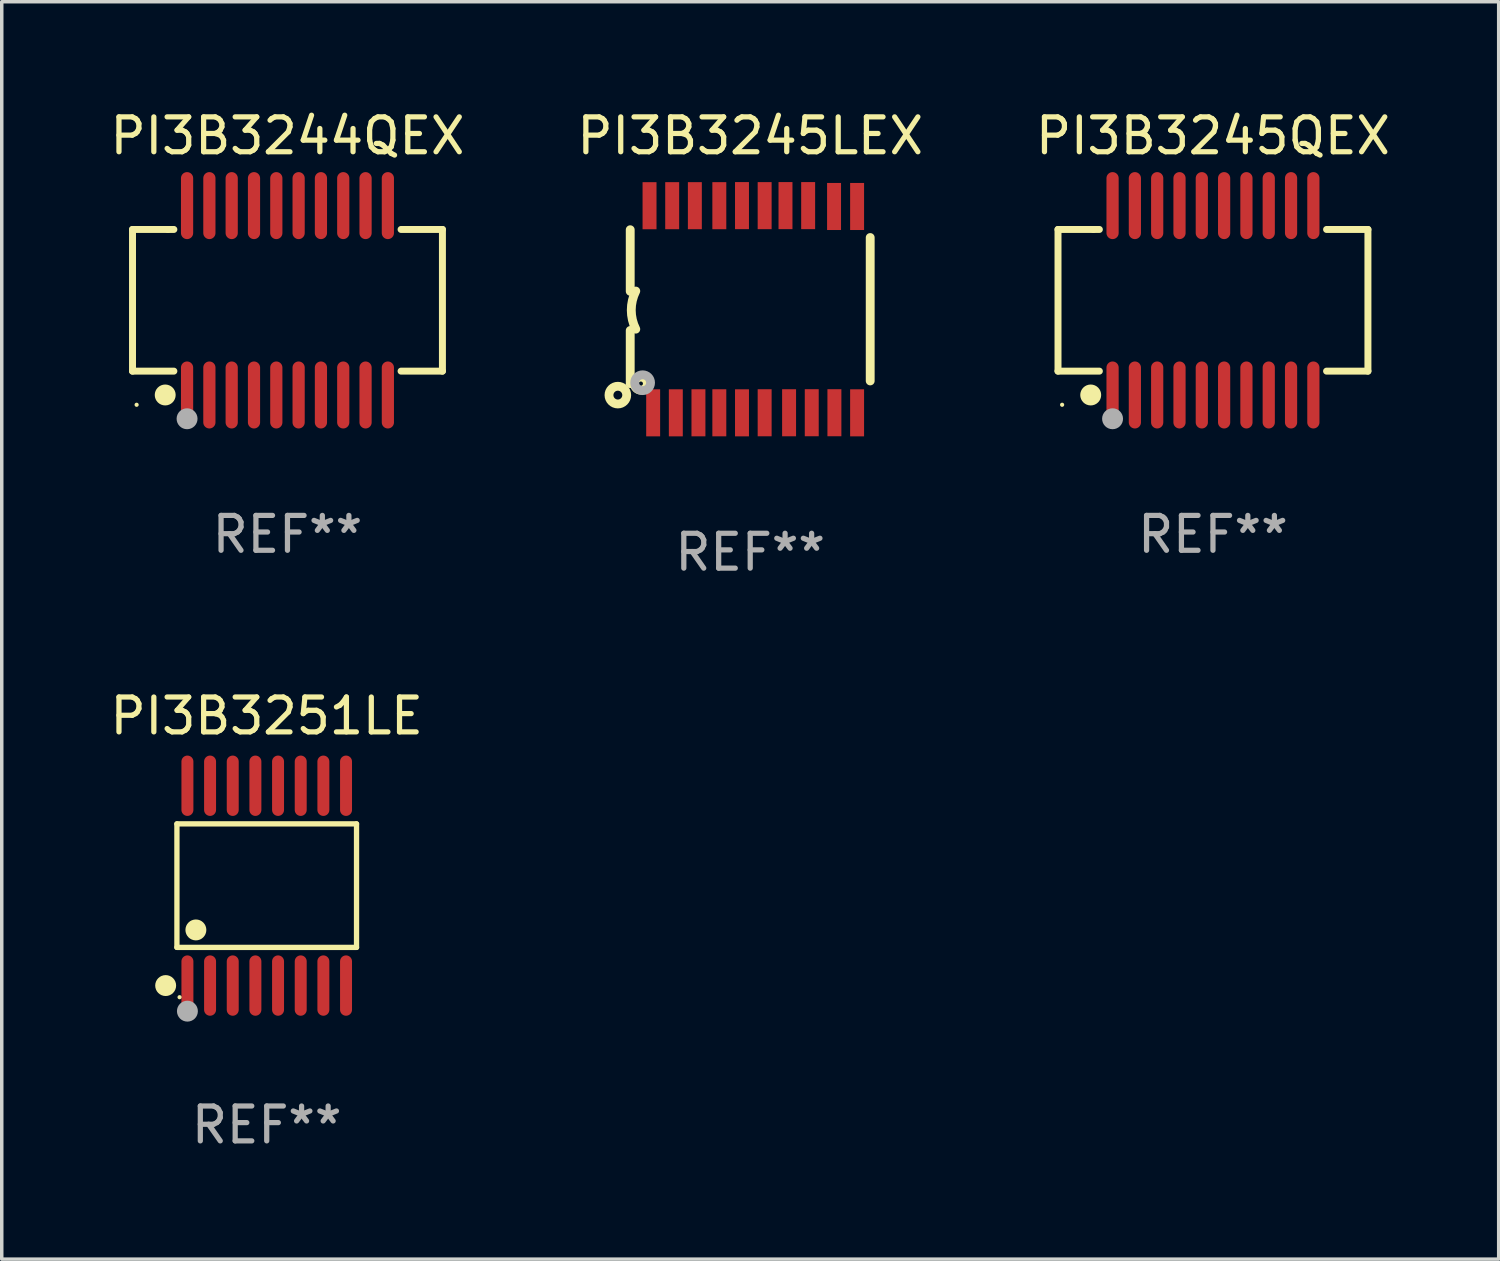
<source format=kicad_pcb>
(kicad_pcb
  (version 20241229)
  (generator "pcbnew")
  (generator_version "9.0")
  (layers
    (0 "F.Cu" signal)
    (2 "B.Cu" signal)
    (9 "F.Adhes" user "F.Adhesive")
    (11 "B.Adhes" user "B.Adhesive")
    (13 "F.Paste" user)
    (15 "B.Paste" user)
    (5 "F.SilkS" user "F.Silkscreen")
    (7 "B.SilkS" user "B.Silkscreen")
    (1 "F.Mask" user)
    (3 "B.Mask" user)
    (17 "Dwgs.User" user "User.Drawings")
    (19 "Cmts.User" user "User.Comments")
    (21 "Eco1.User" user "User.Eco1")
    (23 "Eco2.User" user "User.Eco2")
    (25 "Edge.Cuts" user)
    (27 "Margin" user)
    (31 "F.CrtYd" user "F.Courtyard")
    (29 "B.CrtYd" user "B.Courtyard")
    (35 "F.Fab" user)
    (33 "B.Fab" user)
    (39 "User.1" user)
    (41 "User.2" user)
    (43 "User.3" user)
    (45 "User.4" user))
  (footprint "PI3B3251LE"
    (layer "F.Cu")
    (at 4.601 22.355)
    (property "Reference" "PI3B3251LE" (at 0 -4.866 0) (layer "F.SilkS") (effects (font (size 1 1) (thickness 0.15))))
    (attr through_hole)
    (fp_line (start -2.576 -1.772) (end 2.576 -1.772) (stroke (width 0.152) (type solid)) (layer "F.SilkS"))
    (fp_line (start -2.576 1.771) (end -2.576 -1.772) (stroke (width 0.152) (type solid)) (layer "F.SilkS"))
    (fp_line (start 2.576 -1.772) (end 2.576 1.771) (stroke (width 0.152) (type solid)) (layer "F.SilkS"))
    (fp_line (start 2.576 1.771) (end -2.576 1.771) (stroke (width 0.152) (type solid)) (layer "F.SilkS"))
    (fp_circle (center -2.899 2.866) (end -2.749 2.866) (stroke (width 0.3) (type solid)) (fill no) (layer "F.SilkS"))
    (fp_circle (center -2.5 3.2) (end -2.47 3.2) (stroke (width 0.06) (type solid)) (fill no) (layer "F.SilkS"))
    (fp_circle (center -2.032 1.27) (end -1.882 1.27) (stroke (width 0.3) (type solid)) (fill no) (layer "F.SilkS"))
    (fp_circle (center -2.275 3.6) (end -2.125 3.6) (stroke (width 0.3) (type solid)) (fill no) (layer "F.Fab"))
    (fp_text user "REF**" (at 0 6.866 0) (layer "F.Fab") (effects (font (size 1 1) (thickness 0.15))))
    (pad "1" smd oval (at -2.275 2.866) (size 0.343 1.731) (layers "F.Cu" "F.Mask" "F.Paste"))
    (pad "2" smd oval (at -1.625 2.866) (size 0.343 1.731) (layers "F.Cu" "F.Mask" "F.Paste"))
    (pad "3" smd oval (at -0.975 2.866) (size 0.343 1.731) (layers "F.Cu" "F.Mask" "F.Paste"))
    (pad "4" smd oval (at -0.325 2.866) (size 0.343 1.731) (layers "F.Cu" "F.Mask" "F.Paste"))
    (pad "5" smd oval (at 0.325 2.866) (size 0.343 1.731) (layers "F.Cu" "F.Mask" "F.Paste"))
    (pad "6" smd oval (at 0.975 2.866) (size 0.343 1.731) (layers "F.Cu" "F.Mask" "F.Paste"))
    (pad "7" smd oval (at 1.625 2.866) (size 0.343 1.731) (layers "F.Cu" "F.Mask" "F.Paste"))
    (pad "8" smd oval (at 2.275 2.866) (size 0.343 1.731) (layers "F.Cu" "F.Mask" "F.Paste"))
    (pad "9" smd oval (at 2.275 -2.866) (size 0.343 1.731) (layers "F.Cu" "F.Mask" "F.Paste"))
    (pad "10" smd oval (at 1.625 -2.866) (size 0.343 1.731) (layers "F.Cu" "F.Mask" "F.Paste"))
    (pad "11" smd oval (at 0.975 -2.866) (size 0.343 1.731) (layers "F.Cu" "F.Mask" "F.Paste"))
    (pad "12" smd oval (at 0.325 -2.866) (size 0.343 1.731) (layers "F.Cu" "F.Mask" "F.Paste"))
    (pad "13" smd oval (at -0.325 -2.866) (size 0.343 1.731) (layers "F.Cu" "F.Mask" "F.Paste"))
    (pad "14" smd oval (at -0.975 -2.866) (size 0.343 1.731) (layers "F.Cu" "F.Mask" "F.Paste"))
    (pad "15" smd oval (at -1.625 -2.866) (size 0.343 1.731) (layers "F.Cu" "F.Mask" "F.Paste"))
    (pad "16" smd oval (at -2.275 -2.866) (size 0.343 1.731) (layers "F.Cu" "F.Mask" "F.Paste")))
  (footprint "PI3B3245QEX"
    (layer "F.Cu")
    (at 31.744 5.564)
    (property "Reference" "PI3B3245QEX" (at 0 -4.716 0) (layer "F.SilkS") (effects (font (size 1 1) (thickness 0.15))))
    (attr through_hole)
    (fp_line (start -4.445 -2.032) (end -4.445 2.032) (stroke (width 0.2) (type solid)) (layer "F.SilkS"))
    (fp_line (start -4.445 2.032) (end -3.259 2.032) (stroke (width 0.2) (type solid)) (layer "F.SilkS"))
    (fp_line (start -3.429 -2.032) (end -4.445 -2.032) (stroke (width 0.2) (type solid)) (layer "F.SilkS"))
    (fp_line (start -3.259 -2.032) (end -3.429 -2.032) (stroke (width 0.2) (type solid)) (layer "F.SilkS"))
    (fp_line (start 3.259 2.032) (end 4.445 2.032) (stroke (width 0.2) (type solid)) (layer "F.SilkS"))
    (fp_line (start 4.445 -2.032) (end 3.259 -2.032) (stroke (width 0.2) (type solid)) (layer "F.SilkS"))
    (fp_line (start 4.445 2.032) (end 4.445 -2.032) (stroke (width 0.2) (type solid)) (layer "F.SilkS"))
    (fp_circle (center -4.327 2.997) (end -4.297 2.997) (stroke (width 0.06) (type solid)) (fill no) (layer "F.SilkS"))
    (fp_circle (center -3.507 2.716) (end -3.357 2.716) (stroke (width 0.3) (type solid)) (fill no) (layer "F.SilkS"))
    (fp_circle (center -2.88 3.398) (end -2.73 3.398) (stroke (width 0.3) (type solid)) (fill no) (layer "F.Fab"))
    (fp_text user "REF**" (at 0 6.716 0) (layer "F.Fab") (effects (font (size 1 1) (thickness 0.15))))
    (pad "1" smd oval (at -2.88 2.716) (size 0.35 1.922) (layers "F.Cu" "F.Mask" "F.Paste"))
    (pad "2" smd oval (at -2.24 2.716) (size 0.35 1.922) (layers "F.Cu" "F.Mask" "F.Paste"))
    (pad "3" smd oval (at -1.6 2.716) (size 0.35 1.922) (layers "F.Cu" "F.Mask" "F.Paste"))
    (pad "4" smd oval (at -0.96 2.716) (size 0.35 1.922) (layers "F.Cu" "F.Mask" "F.Paste"))
    (pad "5" smd oval (at -0.32 2.716) (size 0.35 1.922) (layers "F.Cu" "F.Mask" "F.Paste"))
    (pad "6" smd oval (at 0.32 2.716) (size 0.35 1.922) (layers "F.Cu" "F.Mask" "F.Paste"))
    (pad "7" smd oval (at 0.96 2.716) (size 0.35 1.922) (layers "F.Cu" "F.Mask" "F.Paste"))
    (pad "8" smd oval (at 1.6 2.716) (size 0.35 1.922) (layers "F.Cu" "F.Mask" "F.Paste"))
    (pad "9" smd oval (at 2.24 2.716) (size 0.35 1.922) (layers "F.Cu" "F.Mask" "F.Paste"))
    (pad "10" smd oval (at 2.88 2.716) (size 0.35 1.922) (layers "F.Cu" "F.Mask" "F.Paste"))
    (pad "11" smd oval (at 2.88 -2.716) (size 0.35 1.922) (layers "F.Cu" "F.Mask" "F.Paste"))
    (pad "12" smd oval (at 2.24 -2.716) (size 0.35 1.922) (layers "F.Cu" "F.Mask" "F.Paste"))
    (pad "13" smd oval (at 1.6 -2.716) (size 0.35 1.922) (layers "F.Cu" "F.Mask" "F.Paste"))
    (pad "14" smd oval (at 0.96 -2.716) (size 0.35 1.922) (layers "F.Cu" "F.Mask" "F.Paste"))
    (pad "15" smd oval (at 0.32 -2.716) (size 0.35 1.922) (layers "F.Cu" "F.Mask" "F.Paste"))
    (pad "16" smd oval (at -0.32 -2.716) (size 0.35 1.922) (layers "F.Cu" "F.Mask" "F.Paste"))
    (pad "17" smd oval (at -0.96 -2.716) (size 0.35 1.922) (layers "F.Cu" "F.Mask" "F.Paste"))
    (pad "18" smd oval (at -1.6 -2.716) (size 0.35 1.922) (layers "F.Cu" "F.Mask" "F.Paste"))
    (pad "19" smd oval (at -2.24 -2.716) (size 0.35 1.922) (layers "F.Cu" "F.Mask" "F.Paste"))
    (pad "20" smd oval (at -2.88 -2.716) (size 0.35 1.922) (layers "F.Cu" "F.Mask" "F.Paste")))
  (footprint "PI3B3245LEX"
    (layer "F.Cu")
    (at 18.47 5.82)
    (property "Reference" "PI3B3245LEX" (at 0 -4.972 0) (layer "F.SilkS") (effects (font (size 1 1) (thickness 0.15))))
    (attr through_hole)
    (fp_line (start -3.442 -0.514) (end -3.442 -2.28) (stroke (width 0.254) (type solid)) (layer "F.SilkS"))
    (fp_line (start -3.442 0.61) (end -3.442 2.134) (stroke (width 0.254) (type solid)) (layer "F.SilkS"))
    (fp_line (start 3.442 -2.057) (end 3.442 2.057) (stroke (width 0.254) (type solid)) (layer "F.SilkS"))
    (fp_arc (start -3.282957 0.571502) (mid -3.411874 0.0254) (end -3.282957 -0.520701) (stroke (width 0.254001) (type solid)) (layer "F.SilkS"))
    (fp_circle (center -3.797 2.464) (end -3.543 2.464) (stroke (width 0.254) (type solid)) (fill no) (layer "F.SilkS"))
    (fp_circle (center -3.137 2.134) (end -3.077 2.134) (stroke (width 0.254) (type solid)) (fill no) (layer "F.SilkS"))
    (fp_circle (center -3.086 2.108) (end -2.986 2.108) (stroke (width 0.254) (type solid)) (fill no) (layer "F.Fab"))
    (fp_text user "REF**" (at 0 6.972 0) (layer "F.Fab") (effects (font (size 1 1) (thickness 0.15))))
    (pad "1" smd rect (at -2.784 2.972 90) (size 1.35 0.4) (layers "F.Cu" "F.Mask" "F.Paste"))
    (pad "2" smd rect (at -2.134 2.972 270) (size 1.35 0.4) (layers "F.Cu" "F.Mask" "F.Paste"))
    (pad "3" smd rect (at -1.485 2.971 270) (size 1.35 0.4) (layers "F.Cu" "F.Mask" "F.Paste"))
    (pad "4" smd rect (at -0.886 2.971 270) (size 1.35 0.4) (layers "F.Cu" "F.Mask" "F.Paste"))
    (pad "5" smd rect (at -0.236 2.972 270) (size 1.35 0.4) (layers "F.Cu" "F.Mask" "F.Paste"))
    (pad "6" smd rect (at 0.414 2.97 270) (size 1.35 0.4) (layers "F.Cu" "F.Mask" "F.Paste"))
    (pad "7" smd rect (at 1.115 2.97 270) (size 1.35 0.4) (layers "F.Cu" "F.Mask" "F.Paste"))
    (pad "8" smd rect (at 1.765 2.969 270) (size 1.35 0.4) (layers "F.Cu" "F.Mask" "F.Paste"))
    (pad "9" smd rect (at 2.415 2.969 270) (size 1.35 0.4) (layers "F.Cu" "F.Mask" "F.Paste"))
    (pad "10" smd rect (at 3.066 2.972 270) (size 1.35 0.4) (layers "F.Cu" "F.Mask" "F.Paste"))
    (pad "11" smd rect (at 3.066 -2.947 270) (size 1.35 0.4) (layers "F.Cu" "F.Mask" "F.Paste"))
    (pad "12" smd rect (at 2.405 -2.947 270) (size 1.35 0.4) (layers "F.Cu" "F.Mask" "F.Paste"))
    (pad "13" smd rect (at 1.662 -2.972 90) (size 1.35 0.4) (layers "F.Cu" "F.Mask" "F.Paste"))
    (pad "14" smd rect (at 1.012 -2.972 90) (size 1.35 0.4) (layers "F.Cu" "F.Mask" "F.Paste"))
    (pad "15" smd rect (at 0.414 -2.971 90) (size 1.35 0.4) (layers "F.Cu" "F.Mask" "F.Paste"))
    (pad "16" smd rect (at -0.236 -2.972 90) (size 1.35 0.4) (layers "F.Cu" "F.Mask" "F.Paste"))
    (pad "17" smd rect (at -0.886 -2.97 90) (size 1.35 0.4) (layers "F.Cu" "F.Mask" "F.Paste"))
    (pad "18" smd rect (at -1.588 -2.97 90) (size 1.35 0.4) (layers "F.Cu" "F.Mask" "F.Paste"))
    (pad "19" smd rect (at -2.238 -2.97 90) (size 1.35 0.4) (layers "F.Cu" "F.Mask" "F.Paste"))
    (pad "20" smd rect (at -2.888 -2.969 90) (size 1.35 0.4) (layers "F.Cu" "F.Mask" "F.Paste")))
  (footprint "PI3B3244QEX"
    (layer "F.Cu")
    (at 5.196 5.564)
    (property "Reference" "PI3B3244QEX" (at 0 -4.716 0) (layer "F.SilkS") (effects (font (size 1 1) (thickness 0.15))))
    (attr through_hole)
    (fp_line (start -4.445 -2.032) (end -4.445 2.032) (stroke (width 0.2) (type solid)) (layer "F.SilkS"))
    (fp_line (start -4.445 2.032) (end -3.259 2.032) (stroke (width 0.2) (type solid)) (layer "F.SilkS"))
    (fp_line (start -3.429 -2.032) (end -4.445 -2.032) (stroke (width 0.2) (type solid)) (layer "F.SilkS"))
    (fp_line (start -3.259 -2.032) (end -3.429 -2.032) (stroke (width 0.2) (type solid)) (layer "F.SilkS"))
    (fp_line (start 3.259 2.032) (end 4.445 2.032) (stroke (width 0.2) (type solid)) (layer "F.SilkS"))
    (fp_line (start 4.445 -2.032) (end 3.259 -2.032) (stroke (width 0.2) (type solid)) (layer "F.SilkS"))
    (fp_line (start 4.445 2.032) (end 4.445 -2.032) (stroke (width 0.2) (type solid)) (layer "F.SilkS"))
    (fp_circle (center -4.327 2.997) (end -4.297 2.997) (stroke (width 0.06) (type solid)) (fill no) (layer "F.SilkS"))
    (fp_circle (center -3.507 2.716) (end -3.357 2.716) (stroke (width 0.3) (type solid)) (fill no) (layer "F.SilkS"))
    (fp_circle (center -2.88 3.398) (end -2.73 3.398) (stroke (width 0.3) (type solid)) (fill no) (layer "F.Fab"))
    (fp_text user "REF**" (at 0 6.716 0) (layer "F.Fab") (effects (font (size 1 1) (thickness 0.15))))
    (pad "1" smd oval (at -2.88 2.716) (size 0.35 1.922) (layers "F.Cu" "F.Mask" "F.Paste"))
    (pad "2" smd oval (at -2.24 2.716) (size 0.35 1.922) (layers "F.Cu" "F.Mask" "F.Paste"))
    (pad "3" smd oval (at -1.6 2.716) (size 0.35 1.922) (layers "F.Cu" "F.Mask" "F.Paste"))
    (pad "4" smd oval (at -0.96 2.716) (size 0.35 1.922) (layers "F.Cu" "F.Mask" "F.Paste"))
    (pad "5" smd oval (at -0.32 2.716) (size 0.35 1.922) (layers "F.Cu" "F.Mask" "F.Paste"))
    (pad "6" smd oval (at 0.32 2.716) (size 0.35 1.922) (layers "F.Cu" "F.Mask" "F.Paste"))
    (pad "7" smd oval (at 0.96 2.716) (size 0.35 1.922) (layers "F.Cu" "F.Mask" "F.Paste"))
    (pad "8" smd oval (at 1.6 2.716) (size 0.35 1.922) (layers "F.Cu" "F.Mask" "F.Paste"))
    (pad "9" smd oval (at 2.24 2.716) (size 0.35 1.922) (layers "F.Cu" "F.Mask" "F.Paste"))
    (pad "10" smd oval (at 2.88 2.716) (size 0.35 1.922) (layers "F.Cu" "F.Mask" "F.Paste"))
    (pad "11" smd oval (at 2.88 -2.716) (size 0.35 1.922) (layers "F.Cu" "F.Mask" "F.Paste"))
    (pad "12" smd oval (at 2.24 -2.716) (size 0.35 1.922) (layers "F.Cu" "F.Mask" "F.Paste"))
    (pad "13" smd oval (at 1.6 -2.716) (size 0.35 1.922) (layers "F.Cu" "F.Mask" "F.Paste"))
    (pad "14" smd oval (at 0.96 -2.716) (size 0.35 1.922) (layers "F.Cu" "F.Mask" "F.Paste"))
    (pad "15" smd oval (at 0.32 -2.716) (size 0.35 1.922) (layers "F.Cu" "F.Mask" "F.Paste"))
    (pad "16" smd oval (at -0.32 -2.716) (size 0.35 1.922) (layers "F.Cu" "F.Mask" "F.Paste"))
    (pad "17" smd oval (at -0.96 -2.716) (size 0.35 1.922) (layers "F.Cu" "F.Mask" "F.Paste"))
    (pad "18" smd oval (at -1.6 -2.716) (size 0.35 1.922) (layers "F.Cu" "F.Mask" "F.Paste"))
    (pad "19" smd oval (at -2.24 -2.716) (size 0.35 1.922) (layers "F.Cu" "F.Mask" "F.Paste"))
    (pad "20" smd oval (at -2.88 -2.716) (size 0.35 1.922) (layers "F.Cu" "F.Mask" "F.Paste")))
  (gr_rect
    (start -3 -3)
    (end 39.94 33.069)
    (stroke (width 0.1) (type default))
    (fill no)
    (layer "Edge.Cuts")))
</source>
